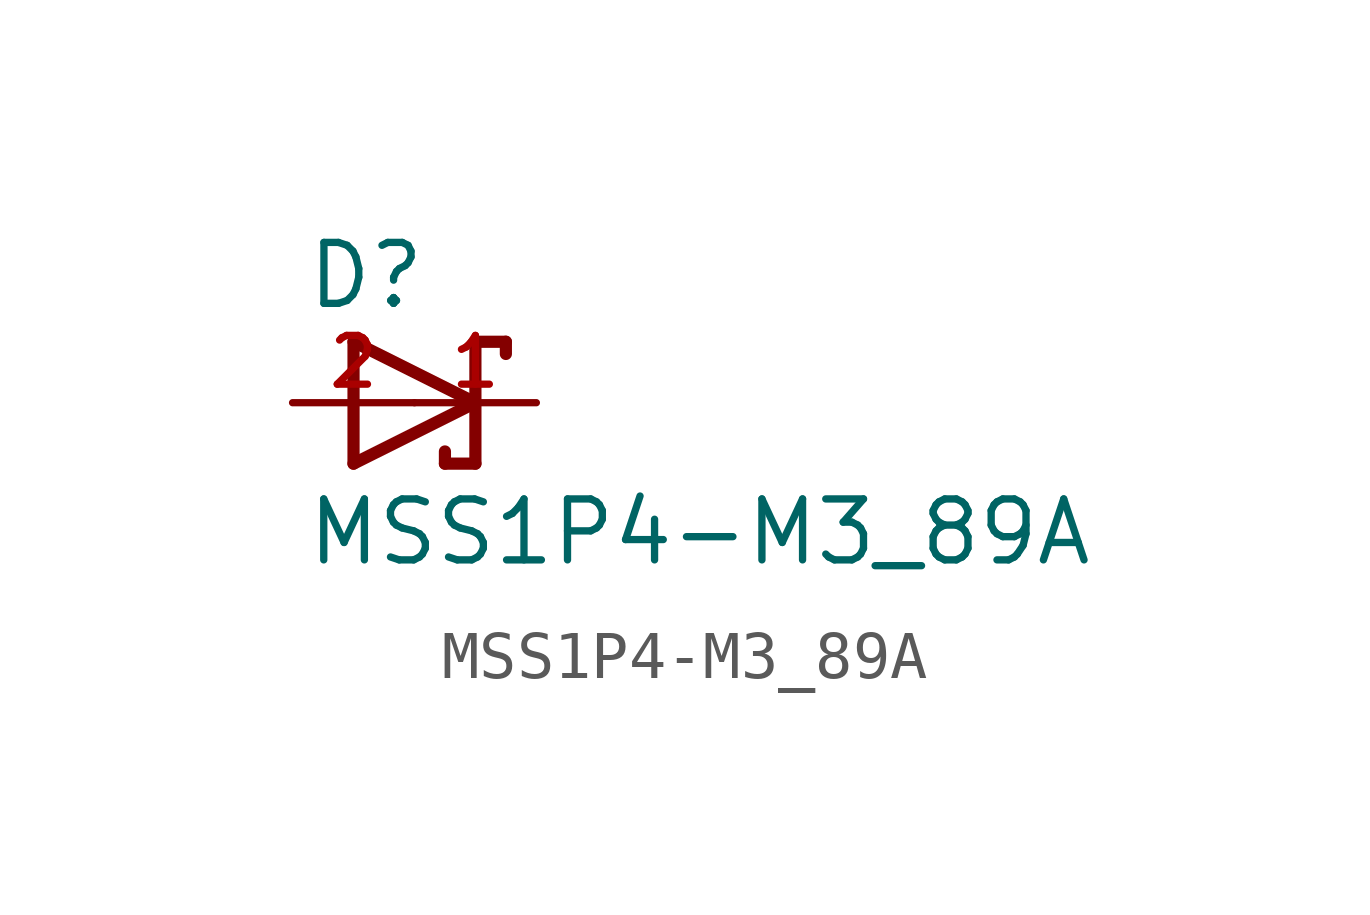
<source format=kicad_sym>
(kicad_symbol_lib
  (version 20211014)
  (generator kicad_symbol_editor)
  (symbol "MSS1P4-M3_89A"
    (pin_names
      (offset 1.016))
    (property "Reference" "D"
      (at -2.289 1.907 0)
      (effects (font (size 1.27 1.27)) (justify bottom left)))
    (property "Value" "MSS1P4-M3_89A"
      (at -2.293 -3.439 0)
      (effects (font (size 1.27 1.27)) (justify bottom left)))
    (symbol "MSS1P4-M3_89A_0_0"
      (polyline (pts (xy -1.27 -1.27) (xy 1.27 0.0)) (stroke (width 0.254)))
      (polyline (pts (xy 1.27 0.0) (xy -1.27 1.27)) (stroke (width 0.254)))
      (polyline (pts (xy 1.905 1.27) (xy 1.27 1.27)) (stroke (width 0.254)))
      (polyline (pts (xy -1.27 1.27) (xy -1.27 -1.27)) (stroke (width 0.254)))
      (polyline (pts (xy 1.27 1.27) (xy 1.27 -1.27)) (stroke (width 0.254)))
      (polyline (pts (xy 1.905 1.27) (xy 1.905 1.016)) (stroke (width 0.254)))
      (polyline (pts (xy 1.27 -1.27) (xy 0.635 -1.27)) (stroke (width 0.254)))
      (polyline (pts (xy 0.635 -1.016) (xy 0.635 -1.27)) (stroke (width 0.254)))
      (pin passive line (at 2.54 0.0 180.0) (length 2.54) (name "~" (effects (font (size 1.016 1.016)))) (number "1" (effects (font (size 1.016 1.016)))))
      (pin passive line (at -2.54 0.0 0) (length 2.54) (name "~" (effects (font (size 1.016 1.016)))) (number "2" (effects (font (size 1.016 1.016))))))))
</source>
